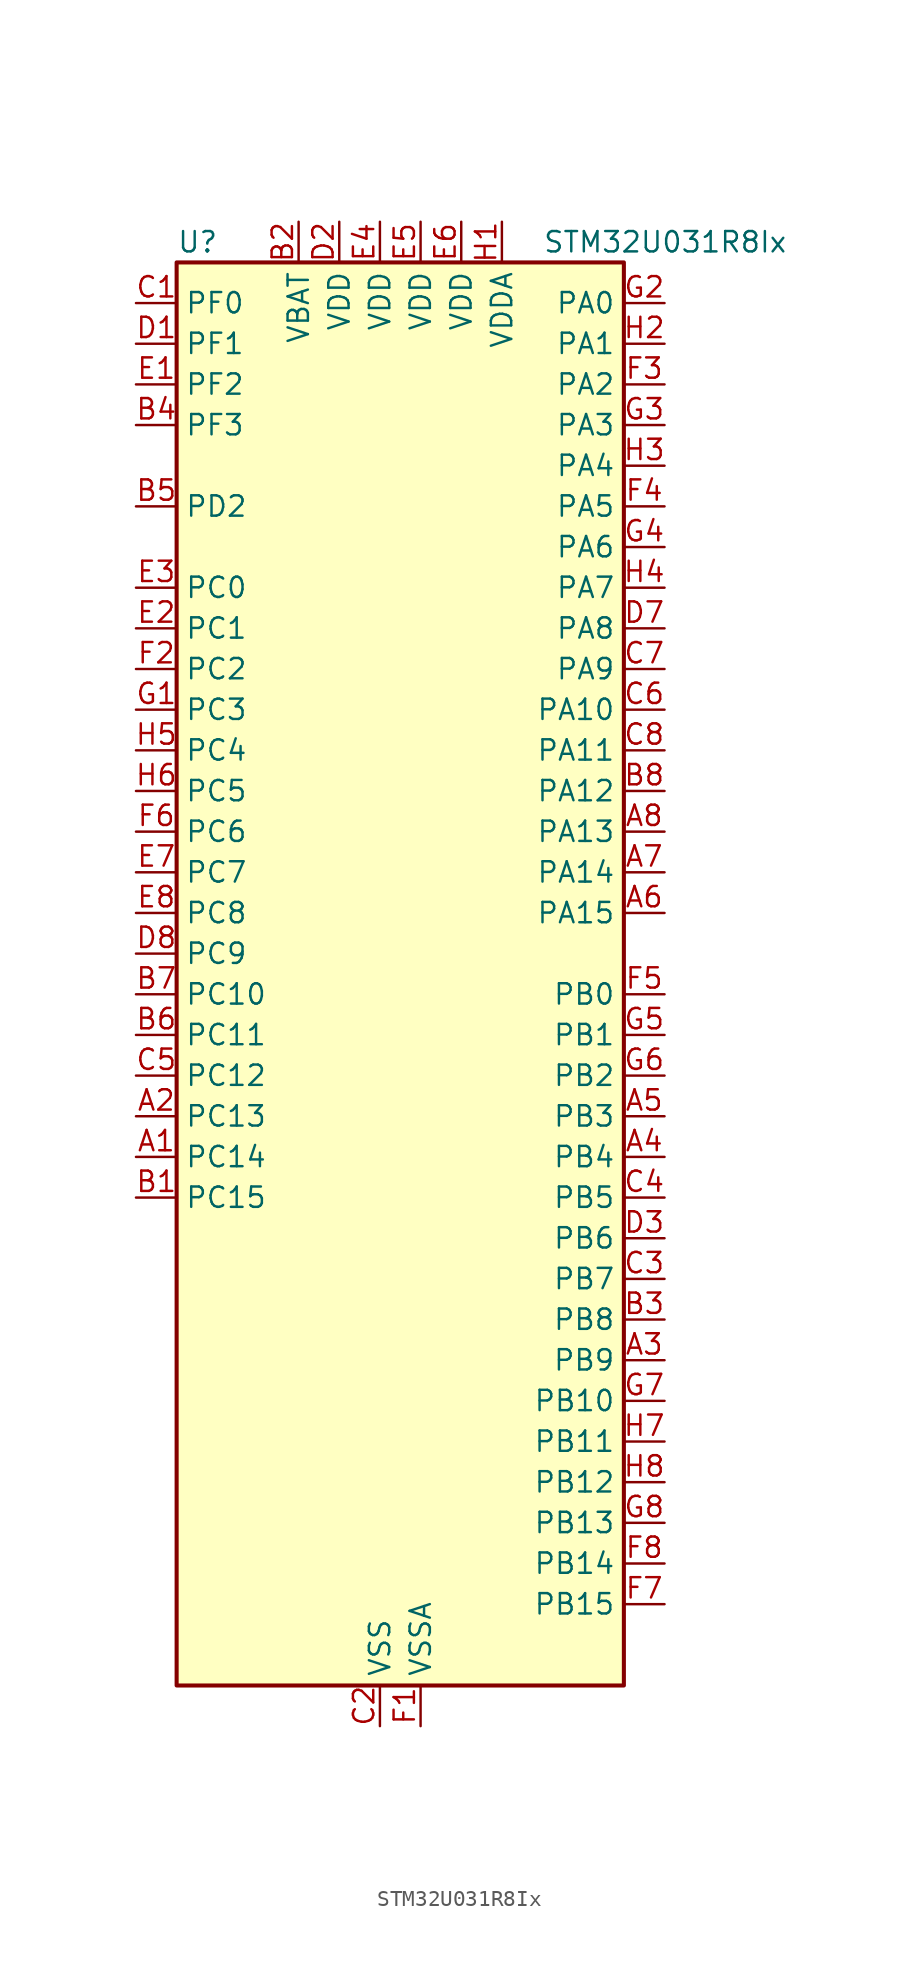
<source format=kicad_sym>
(kicad_symbol_lib
  (version 20231120)
  (generator "kicad_symbol_editor")
  (generator_version "8.99")
  (symbol "STM32U031R8Ix"
    (property "Reference" "U"
      (at -12.7 46.99 0)
      (effects (font (size 1.27 1.27)) (justify left)))
    (property "Value" "STM32U031R8Ix"
      (at 10.16 46.99 0)
      (effects (font (size 1.27 1.27)) (justify left)))
    (property "ki_locked" ""
      (at 0 0 0)
      (effects (font (size 1.27 1.27))))
    (symbol "STM32U031R8Ix_0_1"
      (rectangle (start -12.7 -43.18) (end 15.24 45.72) (stroke (width 0.254) (type default)) (fill (type background))))
    (symbol "STM32U031R8Ix_1_1"
      (pin bidirectional line (at -15.24 -10.16 0) (length 2.54) (name "PC14" (effects (font (size 1.27 1.27)))) (number "A1" (effects (font (size 1.27 1.27)))) (alternate "RCC_OSC32_IN" bidirectional line))
      (pin bidirectional line (at -15.24 -7.62 0) (length 2.54) (name "PC13" (effects (font (size 1.27 1.27)))) (number "A2" (effects (font (size 1.27 1.27)))) (alternate "LPTIM1_CH3" bidirectional line) (alternate "PWR_WKUP2" bidirectional line) (alternate "RTC_OUT1" bidirectional line) (alternate "RTC_TS" bidirectional line) (alternate "TAMP_IN1" bidirectional line))
      (pin bidirectional line (at 17.78 -22.86 180) (length 2.54) (name "PB9" (effects (font (size 1.27 1.27)))) (number "A3" (effects (font (size 1.27 1.27)))) (alternate "DAC1_EXTI9" bidirectional line) (alternate "I2C1_SDA" bidirectional line) (alternate "I2C2_SDA" bidirectional line) (alternate "IR_OUT" bidirectional line) (alternate "LPTIM1_CH4" bidirectional line) (alternate "SPI2_NSS" bidirectional line) (alternate "USART3_RX" bidirectional line))
      (pin bidirectional line (at 17.78 -10.16 180) (length 2.54) (name "PB4" (effects (font (size 1.27 1.27)))) (number "A4" (effects (font (size 1.27 1.27)))) (alternate "I2C2_SDA" bidirectional line) (alternate "I2C3_SDA" bidirectional line) (alternate "LPTIM1_CH4" bidirectional line) (alternate "SPI1_MISO" bidirectional line) (alternate "TIM3_CH1" bidirectional line) (alternate "TSC_G2_IO1" bidirectional line) (alternate "USART1_CTS" bidirectional line))
      (pin bidirectional line (at 17.78 -7.62 180) (length 2.54) (name "PB3" (effects (font (size 1.27 1.27)))) (number "A5" (effects (font (size 1.27 1.27)))) (alternate "DEBUG_JTDO-SWO" bidirectional line) (alternate "I2C2_SCL" bidirectional line) (alternate "I2C3_SCL" bidirectional line) (alternate "LPTIM1_CH3" bidirectional line) (alternate "SPI1_SCK" bidirectional line) (alternate "TIM2_CH2" bidirectional line) (alternate "USART1_DE" bidirectional line) (alternate "USART1_RTS" bidirectional line))
      (pin bidirectional line (at 17.78 5.08 180) (length 2.54) (name "PA15" (effects (font (size 1.27 1.27)))) (number "A6" (effects (font (size 1.27 1.27)))) (alternate "DEBUG_JTDI" bidirectional line) (alternate "SPI1_NSS" bidirectional line) (alternate "TIM2_CH1" bidirectional line) (alternate "TIM2_ETR" bidirectional line) (alternate "TSC_G3_IO1" bidirectional line) (alternate "USART2_RX" bidirectional line) (alternate "USART3_DE" bidirectional line) (alternate "USART3_RTS" bidirectional line) (alternate "USART4_DE" bidirectional line) (alternate "USART4_RTS" bidirectional line))
      (pin bidirectional line (at 17.78 7.62 180) (length 2.54) (name "PA14" (effects (font (size 1.27 1.27)))) (number "A7" (effects (font (size 1.27 1.27)))) (alternate "DEBUG_JTCK-SWCLK" bidirectional line) (alternate "LPTIM1_CH1" bidirectional line) (alternate "TSC_G3_IO4" bidirectional line))
      (pin bidirectional line (at 17.78 10.16 180) (length 2.54) (name "PA13" (effects (font (size 1.27 1.27)))) (number "A8" (effects (font (size 1.27 1.27)))) (alternate "DEBUG_JTMS-SWDIO" bidirectional line) (alternate "IR_OUT" bidirectional line) (alternate "TSC_G7_IO4" bidirectional line))
      (pin bidirectional line (at -15.24 -12.7 0) (length 2.54) (name "PC15" (effects (font (size 1.27 1.27)))) (number "B1" (effects (font (size 1.27 1.27)))) (alternate "RCC_OSC32_EN" bidirectional line) (alternate "RCC_OSC32_OUT" bidirectional line) (alternate "RCC_OSC_EN" bidirectional line))
      (pin power_in line (at -5.08 48.26 270) (length 2.54) (name "VBAT" (effects (font (size 1.27 1.27)))) (number "B2" (effects (font (size 1.27 1.27)))))
      (pin bidirectional line (at 17.78 -20.32 180) (length 2.54) (name "PB8" (effects (font (size 1.27 1.27)))) (number "B3" (effects (font (size 1.27 1.27)))) (alternate "I2C1_SCL" bidirectional line) (alternate "I2C2_SCL" bidirectional line) (alternate "LPTIM1_IN2" bidirectional line) (alternate "TIM16_CH1" bidirectional line) (alternate "USART3_TX" bidirectional line))
      (pin bidirectional line (at -15.24 35.56 0) (length 2.54) (name "PF3" (effects (font (size 1.27 1.27)))) (number "B4" (effects (font (size 1.27 1.27)))))
      (pin bidirectional line (at -15.24 30.48 0) (length 2.54) (name "PD2" (effects (font (size 1.27 1.27)))) (number "B5" (effects (font (size 1.27 1.27)))) (alternate "TIM3_ETR" bidirectional line) (alternate "TSC_SYNC" bidirectional line) (alternate "USART3_DE" bidirectional line) (alternate "USART3_RTS" bidirectional line))
      (pin bidirectional line (at -15.24 -2.54 0) (length 2.54) (name "PC11" (effects (font (size 1.27 1.27)))) (number "B6" (effects (font (size 1.27 1.27)))) (alternate "ADC1_EXTI11" bidirectional line) (alternate "TSC_G3_IO3" bidirectional line) (alternate "USART3_RX" bidirectional line) (alternate "USART4_RX" bidirectional line))
      (pin bidirectional line (at -15.24 0 0) (length 2.54) (name "PC10" (effects (font (size 1.27 1.27)))) (number "B7" (effects (font (size 1.27 1.27)))) (alternate "TSC_G3_IO2" bidirectional line) (alternate "USART3_TX" bidirectional line) (alternate "USART4_TX" bidirectional line))
      (pin bidirectional line (at 17.78 12.7 180) (length 2.54) (name "PA12" (effects (font (size 1.27 1.27)))) (number "B8" (effects (font (size 1.27 1.27)))) (alternate "SPI1_MOSI" bidirectional line) (alternate "SPI2_MOSI" bidirectional line) (alternate "TIM1_ETR" bidirectional line) (alternate "USART1_DE" bidirectional line) (alternate "USART1_RTS" bidirectional line))
      (pin bidirectional line (at -15.24 43.18 0) (length 2.54) (name "PF0" (effects (font (size 1.27 1.27)))) (number "C1" (effects (font (size 1.27 1.27)))) (alternate "RCC_OSC_IN" bidirectional line))
      (pin power_in line (at 0 -45.72 90) (length 2.54) (name "VSS" (effects (font (size 1.27 1.27)))) (number "C2" (effects (font (size 1.27 1.27)))))
      (pin bidirectional line (at 17.78 -17.78 180) (length 2.54) (name "PB7" (effects (font (size 1.27 1.27)))) (number "C3" (effects (font (size 1.27 1.27)))) (alternate "I2C1_SDA" bidirectional line) (alternate "I2C2_SDA" bidirectional line) (alternate "LPTIM1_IN2" bidirectional line) (alternate "LPUART2_RX" bidirectional line) (alternate "TSC_G2_IO4" bidirectional line) (alternate "USART1_RX" bidirectional line) (alternate "USART4_CTS" bidirectional line))
      (pin bidirectional line (at 17.78 -12.7 180) (length 2.54) (name "PB5" (effects (font (size 1.27 1.27)))) (number "C4" (effects (font (size 1.27 1.27)))) (alternate "LPTIM1_IN1" bidirectional line) (alternate "SPI1_MOSI" bidirectional line) (alternate "TIM16_BKIN" bidirectional line) (alternate "TIM3_CH2" bidirectional line) (alternate "TSC_G2_IO2" bidirectional line) (alternate "USART1_CK" bidirectional line))
      (pin bidirectional line (at -15.24 -5.08 0) (length 2.54) (name "PC12" (effects (font (size 1.27 1.27)))) (number "C5" (effects (font (size 1.27 1.27)))) (alternate "USART3_CK" bidirectional line) (alternate "USART4_CK" bidirectional line))
      (pin bidirectional line (at 17.78 17.78 180) (length 2.54) (name "PA10" (effects (font (size 1.27 1.27)))) (number "C6" (effects (font (size 1.27 1.27)))) (alternate "I2C1_SDA" bidirectional line) (alternate "I2C2_SDA" bidirectional line) (alternate "RCC_MCO2" bidirectional line) (alternate "SPI2_NSS" bidirectional line) (alternate "TIM1_CH3" bidirectional line) (alternate "TSC_G7_IO3" bidirectional line) (alternate "USART1_RX" bidirectional line))
      (pin bidirectional line (at 17.78 20.32 180) (length 2.54) (name "PA9" (effects (font (size 1.27 1.27)))) (number "C7" (effects (font (size 1.27 1.27)))) (alternate "COMP1_INP" bidirectional line) (alternate "DAC1_EXTI9" bidirectional line) (alternate "I2C1_SCL" bidirectional line) (alternate "I2C2_SCL" bidirectional line) (alternate "RCC_MCO" bidirectional line) (alternate "TIM15_BKIN" bidirectional line) (alternate "TIM1_CH2" bidirectional line) (alternate "TSC_G7_IO2" bidirectional line) (alternate "USART1_TX" bidirectional line))
      (pin bidirectional line (at 17.78 15.24 180) (length 2.54) (name "PA11" (effects (font (size 1.27 1.27)))) (number "C8" (effects (font (size 1.27 1.27)))) (alternate "ADC1_EXTI11" bidirectional line) (alternate "COMP1_OUT" bidirectional line) (alternate "SPI1_MISO" bidirectional line) (alternate "SPI2_MISO" bidirectional line) (alternate "TIM1_BKIN2" bidirectional line) (alternate "TIM1_CH4" bidirectional line) (alternate "USART1_CTS" bidirectional line))
      (pin bidirectional line (at -15.24 40.64 0) (length 2.54) (name "PF1" (effects (font (size 1.27 1.27)))) (number "D1" (effects (font (size 1.27 1.27)))) (alternate "RCC_OSC_EN" bidirectional line) (alternate "RCC_OSC_OUT" bidirectional line))
      (pin power_in line (at -2.54 48.26 270) (length 2.54) (name "VDD" (effects (font (size 1.27 1.27)))) (number "D2" (effects (font (size 1.27 1.27)))))
      (pin bidirectional line (at 17.78 -15.24 180) (length 2.54) (name "PB6" (effects (font (size 1.27 1.27)))) (number "D3" (effects (font (size 1.27 1.27)))) (alternate "I2C1_SCL" bidirectional line) (alternate "I2C2_SCL" bidirectional line) (alternate "LPTIM1_ETR" bidirectional line) (alternate "LPUART2_TX" bidirectional line) (alternate "TIM16_CH1N" bidirectional line) (alternate "TSC_G2_IO3" bidirectional line) (alternate "USART1_TX" bidirectional line))
      (pin passive line (at 0 -45.72 90) (length 2.54) hide (name "VSS" (effects (font (size 1.27 1.27)))) (number "D4" (effects (font (size 1.27 1.27)))))
      (pin passive line (at 0 -45.72 90) (length 2.54) hide (name "VSS" (effects (font (size 1.27 1.27)))) (number "D5" (effects (font (size 1.27 1.27)))))
      (pin passive line (at 0 -45.72 90) (length 2.54) hide (name "VSS" (effects (font (size 1.27 1.27)))) (number "D6" (effects (font (size 1.27 1.27)))))
      (pin bidirectional line (at 17.78 22.86 180) (length 2.54) (name "PA8" (effects (font (size 1.27 1.27)))) (number "D7" (effects (font (size 1.27 1.27)))) (alternate "LPTIM2_CH1" bidirectional line) (alternate "RCC_MCO" bidirectional line) (alternate "RCC_MCO2" bidirectional line) (alternate "TIM1_CH1" bidirectional line) (alternate "TSC_G7_IO1" bidirectional line) (alternate "USART1_CK" bidirectional line))
      (pin bidirectional line (at -15.24 2.54 0) (length 2.54) (name "PC9" (effects (font (size 1.27 1.27)))) (number "D8" (effects (font (size 1.27 1.27)))) (alternate "DAC1_EXTI9" bidirectional line) (alternate "TIM3_CH4" bidirectional line) (alternate "TSC_G4_IO4" bidirectional line))
      (pin bidirectional line (at -15.24 38.1 0) (length 2.54) (name "PF2" (effects (font (size 1.27 1.27)))) (number "E1" (effects (font (size 1.27 1.27)))) (alternate "RCC_MCO" bidirectional line))
      (pin bidirectional line (at -15.24 22.86 0) (length 2.54) (name "PC1" (effects (font (size 1.27 1.27)))) (number "E2" (effects (font (size 1.27 1.27)))) (alternate "ADC1_IN1" bidirectional line) (alternate "I2C3_SDA" bidirectional line) (alternate "LPTIM1_CH1" bidirectional line) (alternate "LPUART1_TX" bidirectional line) (alternate "LPUART2_RX" bidirectional line))
      (pin bidirectional line (at -15.24 25.4 0) (length 2.54) (name "PC0" (effects (font (size 1.27 1.27)))) (number "E3" (effects (font (size 1.27 1.27)))) (alternate "ADC1_IN0" bidirectional line) (alternate "I2C3_SCL" bidirectional line) (alternate "LPTIM1_IN1" bidirectional line) (alternate "LPTIM2_IN1" bidirectional line) (alternate "LPUART1_RX" bidirectional line) (alternate "LPUART2_TX" bidirectional line))
      (pin power_in line (at 0 48.26 270) (length 2.54) (name "VDD" (effects (font (size 1.27 1.27)))) (number "E4" (effects (font (size 1.27 1.27)))))
      (pin power_in line (at 2.54 48.26 270) (length 2.54) (name "VDD" (effects (font (size 1.27 1.27)))) (number "E5" (effects (font (size 1.27 1.27)))))
      (pin power_in line (at 5.08 48.26 270) (length 2.54) (name "VDD" (effects (font (size 1.27 1.27)))) (number "E6" (effects (font (size 1.27 1.27)))))
      (pin bidirectional line (at -15.24 7.62 0) (length 2.54) (name "PC7" (effects (font (size 1.27 1.27)))) (number "E7" (effects (font (size 1.27 1.27)))) (alternate "LPTIM2_CH2" bidirectional line) (alternate "LPUART2_RX" bidirectional line) (alternate "TIM3_CH2" bidirectional line) (alternate "TSC_G4_IO2" bidirectional line))
      (pin bidirectional line (at -15.24 5.08 0) (length 2.54) (name "PC8" (effects (font (size 1.27 1.27)))) (number "E8" (effects (font (size 1.27 1.27)))) (alternate "TIM3_CH3" bidirectional line) (alternate "TSC_G4_IO3" bidirectional line))
      (pin power_in line (at 2.54 -45.72 90) (length 2.54) (name "VSSA" (effects (font (size 1.27 1.27)))) (number "F1" (effects (font (size 1.27 1.27)))))
      (pin bidirectional line (at -15.24 20.32 0) (length 2.54) (name "PC2" (effects (font (size 1.27 1.27)))) (number "F2" (effects (font (size 1.27 1.27)))) (alternate "ADC1_IN2" bidirectional line) (alternate "LPTIM1_IN2" bidirectional line) (alternate "RCC_MCO2" bidirectional line) (alternate "SPI2_MISO" bidirectional line))
      (pin bidirectional line (at 17.78 38.1 180) (length 2.54) (name "PA2" (effects (font (size 1.27 1.27)))) (number "F3" (effects (font (size 1.27 1.27)))) (alternate "ADC1_IN6" bidirectional line) (alternate "LPUART1_TX" bidirectional line) (alternate "PWR_WKUP4" bidirectional line) (alternate "RCC_LSCO" bidirectional line) (alternate "TIM15_CH1" bidirectional line) (alternate "TIM2_CH3" bidirectional line) (alternate "USART2_TX" bidirectional line))
      (pin bidirectional line (at 17.78 30.48 180) (length 2.54) (name "PA5" (effects (font (size 1.27 1.27)))) (number "F4" (effects (font (size 1.27 1.27)))) (alternate "ADC1_IN9" bidirectional line) (alternate "COMP1_INM" bidirectional line) (alternate "LPTIM2_ETR" bidirectional line) (alternate "SPI1_SCK" bidirectional line) (alternate "TIM2_CH1" bidirectional line) (alternate "TIM2_ETR" bidirectional line) (alternate "USART3_TX" bidirectional line))
      (pin bidirectional line (at 17.78 0 180) (length 2.54) (name "PB0" (effects (font (size 1.27 1.27)))) (number "F5" (effects (font (size 1.27 1.27)))) (alternate "ADC1_IN17" bidirectional line) (alternate "COMP1_OUT" bidirectional line) (alternate "LPUART2_CTS" bidirectional line) (alternate "SPI1_NSS" bidirectional line) (alternate "TIM1_CH2N" bidirectional line) (alternate "TIM3_CH3" bidirectional line) (alternate "TSC_G5_IO2" bidirectional line) (alternate "USART3_CK" bidirectional line))
      (pin bidirectional line (at -15.24 10.16 0) (length 2.54) (name "PC6" (effects (font (size 1.27 1.27)))) (number "F6" (effects (font (size 1.27 1.27)))) (alternate "COMP1_INP" bidirectional line) (alternate "LPUART2_TX" bidirectional line) (alternate "TIM3_CH1" bidirectional line) (alternate "TSC_G4_IO1" bidirectional line))
      (pin bidirectional line (at 17.78 -38.1 180) (length 2.54) (name "PB15" (effects (font (size 1.27 1.27)))) (number "F7" (effects (font (size 1.27 1.27)))) (alternate "PWR_WKUP7" bidirectional line) (alternate "RTC_REFIN" bidirectional line) (alternate "SPI2_MOSI" bidirectional line) (alternate "TAMP_IN3" bidirectional line) (alternate "TIM15_CH2" bidirectional line) (alternate "TIM1_CH3N" bidirectional line) (alternate "TSC_G1_IO4" bidirectional line))
      (pin bidirectional line (at 17.78 -35.56 180) (length 2.54) (name "PB14" (effects (font (size 1.27 1.27)))) (number "F8" (effects (font (size 1.27 1.27)))) (alternate "I2C2_SDA" bidirectional line) (alternate "SPI2_MISO" bidirectional line) (alternate "TIM15_CH1" bidirectional line) (alternate "TIM1_CH2N" bidirectional line) (alternate "TSC_G1_IO3" bidirectional line) (alternate "USART3_DE" bidirectional line) (alternate "USART3_RTS" bidirectional line))
      (pin bidirectional line (at -15.24 17.78 0) (length 2.54) (name "PC3" (effects (font (size 1.27 1.27)))) (number "G1" (effects (font (size 1.27 1.27)))) (alternate "ADC1_IN3" bidirectional line) (alternate "LPTIM1_ETR" bidirectional line) (alternate "LPTIM2_ETR" bidirectional line) (alternate "SPI2_MOSI" bidirectional line) (alternate "USART4_CK" bidirectional line))
      (pin bidirectional line (at 17.78 43.18 180) (length 2.54) (name "PA0" (effects (font (size 1.27 1.27)))) (number "G2" (effects (font (size 1.27 1.27)))) (alternate "ADC1_IN4" bidirectional line) (alternate "COMP1_INM" bidirectional line) (alternate "COMP1_OUT" bidirectional line) (alternate "OPAMP1_VINP" bidirectional line) (alternate "PWR_WKUP1" bidirectional line) (alternate "TAMP_IN2" bidirectional line) (alternate "TIM2_CH1" bidirectional line) (alternate "TIM2_ETR" bidirectional line) (alternate "USART2_CTS" bidirectional line) (alternate "USART4_TX" bidirectional line))
      (pin bidirectional line (at 17.78 35.56 180) (length 2.54) (name "PA3" (effects (font (size 1.27 1.27)))) (number "G3" (effects (font (size 1.27 1.27)))) (alternate "ADC1_IN7" bidirectional line) (alternate "LPUART1_RX" bidirectional line) (alternate "OPAMP1_VOUT" bidirectional line) (alternate "TIM15_CH2" bidirectional line) (alternate "TIM2_CH4" bidirectional line) (alternate "USART2_RX" bidirectional line))
      (pin bidirectional line (at 17.78 27.94 180) (length 2.54) (name "PA6" (effects (font (size 1.27 1.27)))) (number "G4" (effects (font (size 1.27 1.27)))) (alternate "ADC1_IN10" bidirectional line) (alternate "COMP1_OUT" bidirectional line) (alternate "I2C2_SDA" bidirectional line) (alternate "I2C3_SDA" bidirectional line) (alternate "LPUART1_CTS" bidirectional line) (alternate "SPI1_MISO" bidirectional line) (alternate "TIM16_CH1" bidirectional line) (alternate "TIM1_BKIN" bidirectional line) (alternate "TIM3_CH1" bidirectional line) (alternate "TSC_G5_IO1" bidirectional line) (alternate "USART3_CTS" bidirectional line))
      (pin bidirectional line (at 17.78 -2.54 180) (length 2.54) (name "PB1" (effects (font (size 1.27 1.27)))) (number "G5" (effects (font (size 1.27 1.27)))) (alternate "ADC1_IN18" bidirectional line) (alternate "COMP1_INM" bidirectional line) (alternate "LPTIM2_IN1" bidirectional line) (alternate "LPUART1_DE" bidirectional line) (alternate "LPUART1_RTS" bidirectional line) (alternate "LPUART2_DE" bidirectional line) (alternate "LPUART2_RTS" bidirectional line) (alternate "TIM1_CH3N" bidirectional line) (alternate "TIM3_CH4" bidirectional line) (alternate "TSC_SYNC" bidirectional line) (alternate "USART3_DE" bidirectional line) (alternate "USART3_RTS" bidirectional line))
      (pin bidirectional line (at 17.78 -5.08 180) (length 2.54) (name "PB2" (effects (font (size 1.27 1.27)))) (number "G6" (effects (font (size 1.27 1.27)))) (alternate "COMP1_INP" bidirectional line) (alternate "LPTIM1_CH1" bidirectional line) (alternate "RTC_OUT2" bidirectional line))
      (pin bidirectional line (at 17.78 -25.4 180) (length 2.54) (name "PB10" (effects (font (size 1.27 1.27)))) (number "G7" (effects (font (size 1.27 1.27)))) (alternate "COMP1_OUT" bidirectional line) (alternate "I2C2_SCL" bidirectional line) (alternate "LPUART1_RX" bidirectional line) (alternate "LPUART2_RX" bidirectional line) (alternate "SPI2_SCK" bidirectional line) (alternate "TIM2_CH3" bidirectional line) (alternate "TSC_G5_IO3" bidirectional line) (alternate "USART3_TX" bidirectional line))
      (pin bidirectional line (at 17.78 -33.02 180) (length 2.54) (name "PB13" (effects (font (size 1.27 1.27)))) (number "G8" (effects (font (size 1.27 1.27)))) (alternate "I2C2_SCL" bidirectional line) (alternate "LPUART1_CTS" bidirectional line) (alternate "SPI2_SCK" bidirectional line) (alternate "TIM15_CH1N" bidirectional line) (alternate "TIM1_CH1N" bidirectional line) (alternate "TSC_G1_IO2" bidirectional line) (alternate "USART3_CTS" bidirectional line))
      (pin power_in line (at 7.62 48.26 270) (length 2.54) (name "VDDA" (effects (font (size 1.27 1.27)))) (number "H1" (effects (font (size 1.27 1.27)))))
      (pin bidirectional line (at 17.78 40.64 180) (length 2.54) (name "PA1" (effects (font (size 1.27 1.27)))) (number "H2" (effects (font (size 1.27 1.27)))) (alternate "ADC1_IN5" bidirectional line) (alternate "COMP1_INP" bidirectional line) (alternate "LPTIM1_CH2" bidirectional line) (alternate "OPAMP1_VINM" bidirectional line) (alternate "PWR_WKUP3" bidirectional line) (alternate "SPI1_SCK" bidirectional line) (alternate "SPI2_SCK" bidirectional line) (alternate "TAMP_IN5" bidirectional line) (alternate "TIM15_CH1N" bidirectional line) (alternate "TIM2_CH2" bidirectional line) (alternate "USART2_DE" bidirectional line) (alternate "USART2_RTS" bidirectional line) (alternate "USART4_RX" bidirectional line))
      (pin bidirectional line (at 17.78 33.02 180) (length 2.54) (name "PA4" (effects (font (size 1.27 1.27)))) (number "H3" (effects (font (size 1.27 1.27)))) (alternate "ADC1_IN8" bidirectional line) (alternate "COMP1_INM" bidirectional line) (alternate "DAC1_OUT1" bidirectional line) (alternate "LPTIM2_CH1" bidirectional line) (alternate "SPI1_NSS" bidirectional line) (alternate "USART2_CK" bidirectional line))
      (pin bidirectional line (at 17.78 25.4 180) (length 2.54) (name "PA7" (effects (font (size 1.27 1.27)))) (number "H4" (effects (font (size 1.27 1.27)))) (alternate "ADC1_IN14" bidirectional line) (alternate "I2C2_SCL" bidirectional line) (alternate "I2C3_SCL" bidirectional line) (alternate "LPTIM2_CH2" bidirectional line) (alternate "SPI1_MOSI" bidirectional line) (alternate "TIM1_CH1N" bidirectional line) (alternate "TIM3_CH2" bidirectional line) (alternate "USART3_RX" bidirectional line))
      (pin bidirectional line (at -15.24 15.24 0) (length 2.54) (name "PC4" (effects (font (size 1.27 1.27)))) (number "H5" (effects (font (size 1.27 1.27)))) (alternate "ADC1_IN15" bidirectional line) (alternate "COMP1_INM" bidirectional line) (alternate "USART3_TX" bidirectional line))
      (pin bidirectional line (at -15.24 12.7 0) (length 2.54) (name "PC5" (effects (font (size 1.27 1.27)))) (number "H6" (effects (font (size 1.27 1.27)))) (alternate "ADC1_IN16" bidirectional line) (alternate "COMP1_INP" bidirectional line) (alternate "PWR_WKUP5" bidirectional line) (alternate "TAMP_IN4" bidirectional line) (alternate "USART3_RX" bidirectional line))
      (pin bidirectional line (at 17.78 -27.94 180) (length 2.54) (name "PB11" (effects (font (size 1.27 1.27)))) (number "H7" (effects (font (size 1.27 1.27)))) (alternate "ADC1_EXTI11" bidirectional line) (alternate "I2C2_SDA" bidirectional line) (alternate "LPUART1_TX" bidirectional line) (alternate "LPUART2_TX" bidirectional line) (alternate "TIM2_CH4" bidirectional line) (alternate "TSC_G5_IO4" bidirectional line) (alternate "USART3_RX" bidirectional line))
      (pin bidirectional line (at 17.78 -30.48 180) (length 2.54) (name "PB12" (effects (font (size 1.27 1.27)))) (number "H8" (effects (font (size 1.27 1.27)))) (alternate "LPUART1_DE" bidirectional line) (alternate "LPUART1_RTS" bidirectional line) (alternate "SPI2_NSS" bidirectional line) (alternate "TIM15_BKIN" bidirectional line) (alternate "TIM1_BKIN" bidirectional line) (alternate "TSC_G1_IO1" bidirectional line) (alternate "USART3_CK" bidirectional line)))))
</source>
